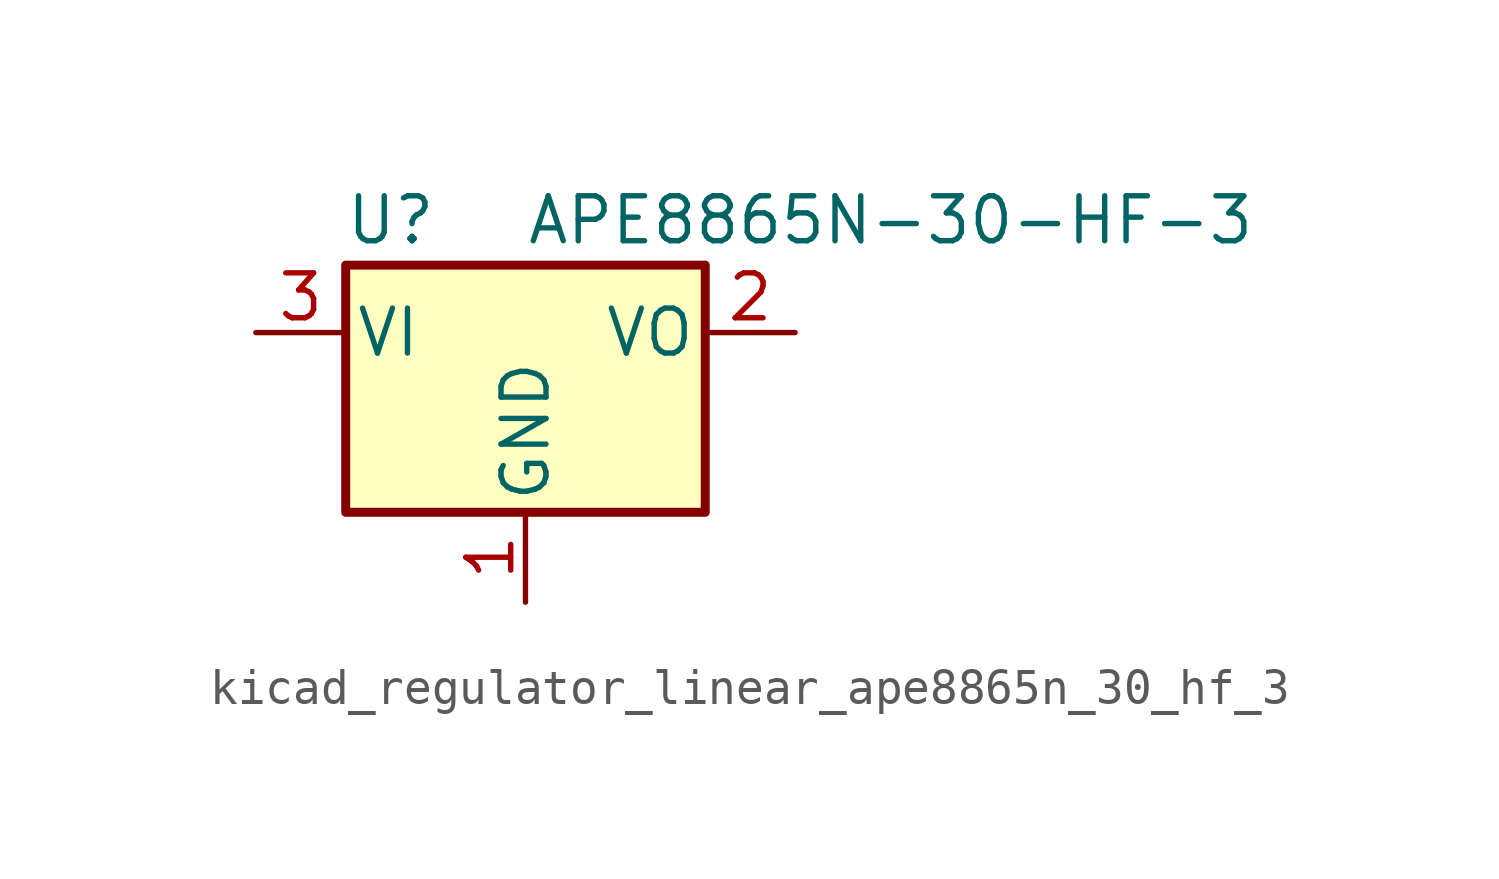
<source format=kicad_sym>
(kicad_symbol_lib
  (version 20220914)
  (generator kicad_symbol_editor)
  (symbol "kicad_regulator_linear_ape8865n_30_hf_3"
    (pin_names
      (offset 0.254))
    (property "Reference" "U"
      (at -3.81 3.175 0)
      (effects (font (size 1.27 1.27))))
    (property "Value" "APE8865N-30-HF-3"
      (at 0 3.175 0)
      (effects (font (size 1.27 1.27)) (justify left)))
    (symbol "kicad_regulator_linear_ape8865n_30_hf_3_0_1"
      (rectangle (start -5.08 1.905) (end 5.08 -5.08) (stroke (width 0.254) (type default)) (fill (type background))))
    (symbol "kicad_regulator_linear_ape8865n_30_hf_3_1_1"
      (pin power_in line (at 0 -7.62 90) (length 2.54) (name "GND" (effects (font (size 1.27 1.27)))) (number "1" (effects (font (size 1.27 1.27)))))
      (pin power_out line (at 7.62 0 180) (length 2.54) (name "VO" (effects (font (size 1.27 1.27)))) (number "2" (effects (font (size 1.27 1.27)))))
      (pin power_in line (at -7.62 0 0) (length 2.54) (name "VI" (effects (font (size 1.27 1.27)))) (number "3" (effects (font (size 1.27 1.27))))))))
</source>
